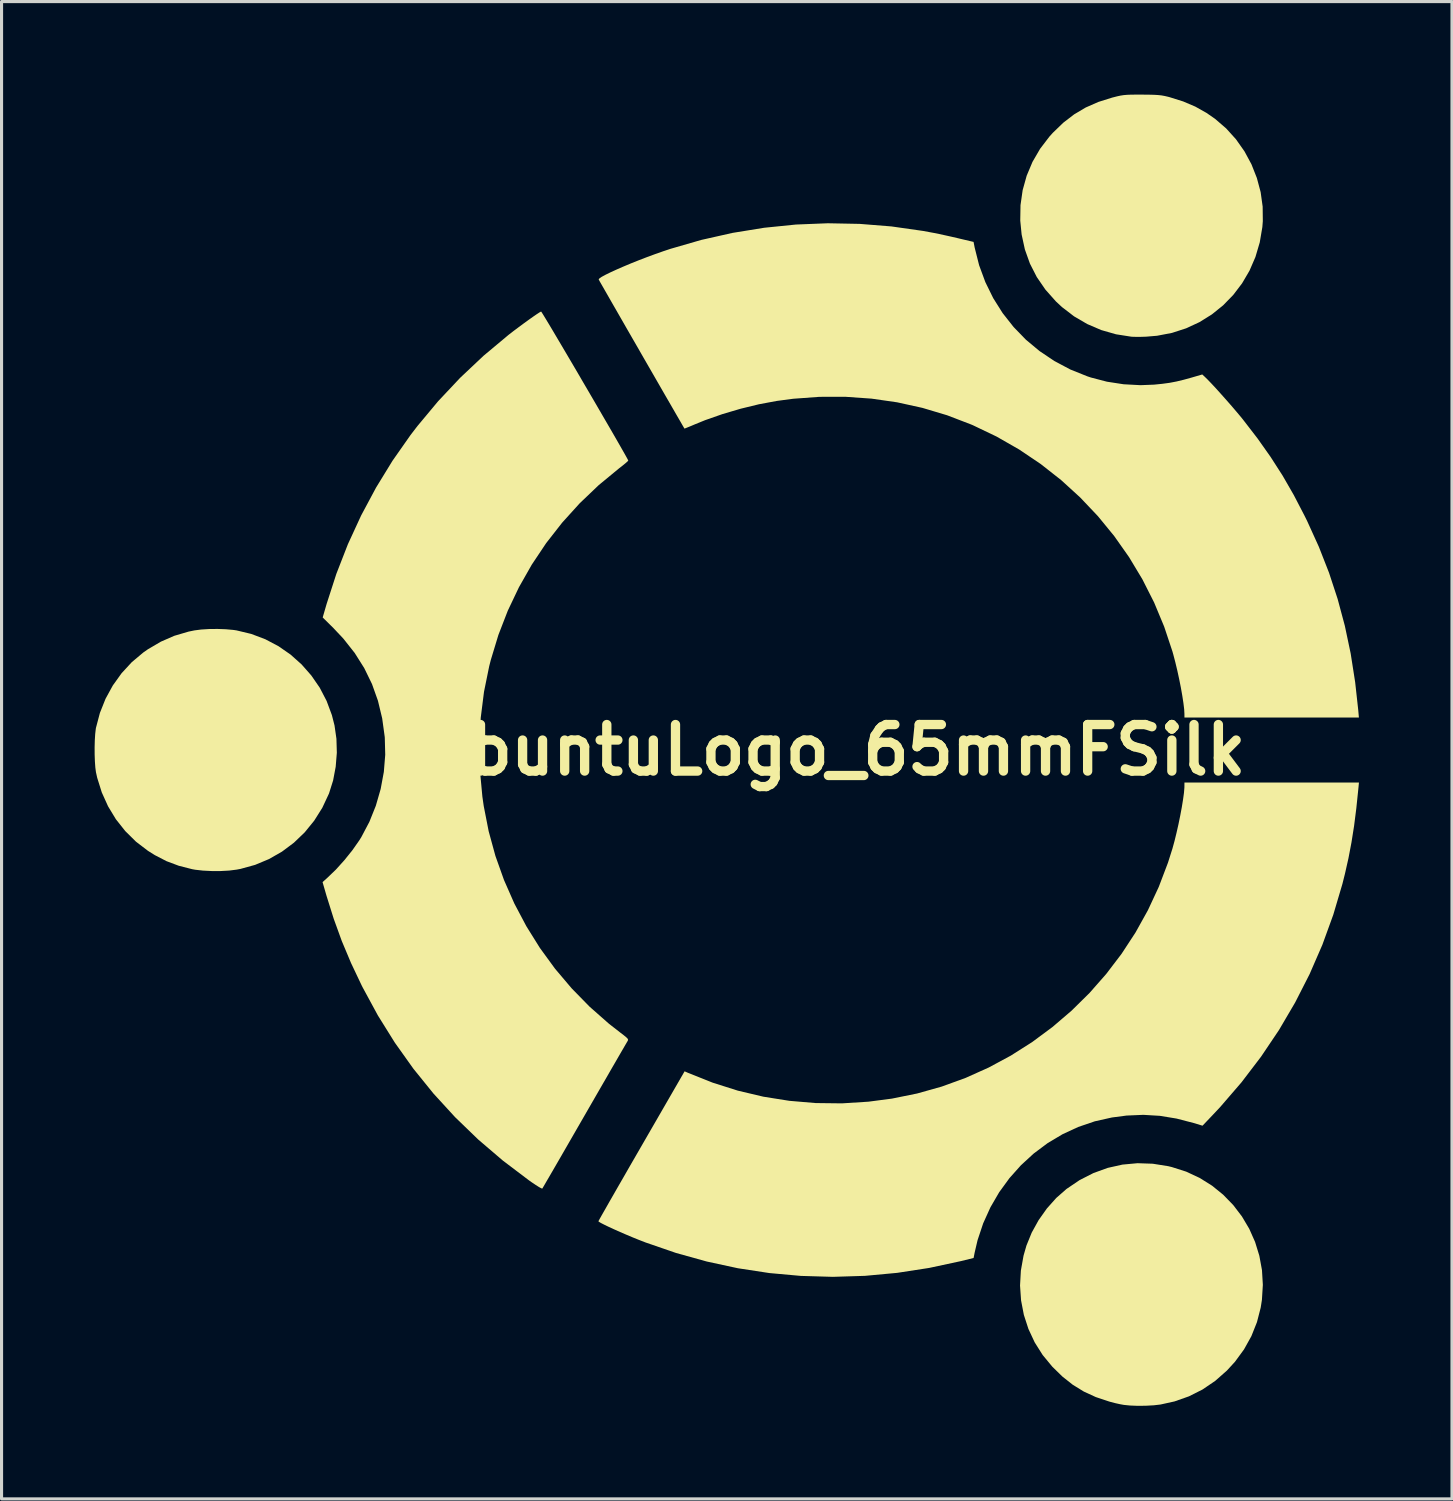
<source format=kicad_pcb>
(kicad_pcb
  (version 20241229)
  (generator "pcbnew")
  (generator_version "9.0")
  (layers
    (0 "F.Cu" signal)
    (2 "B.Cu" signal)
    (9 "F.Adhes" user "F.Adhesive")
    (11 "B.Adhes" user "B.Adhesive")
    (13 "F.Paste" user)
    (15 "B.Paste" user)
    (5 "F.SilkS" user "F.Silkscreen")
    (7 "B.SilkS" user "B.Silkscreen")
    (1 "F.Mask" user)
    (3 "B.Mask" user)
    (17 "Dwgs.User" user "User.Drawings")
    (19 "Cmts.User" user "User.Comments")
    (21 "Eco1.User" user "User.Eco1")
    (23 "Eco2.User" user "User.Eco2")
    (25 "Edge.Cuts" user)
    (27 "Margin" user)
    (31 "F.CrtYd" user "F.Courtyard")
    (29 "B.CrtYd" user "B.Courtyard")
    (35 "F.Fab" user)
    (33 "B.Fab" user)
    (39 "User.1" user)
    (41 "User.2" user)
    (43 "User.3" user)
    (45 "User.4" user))
  (footprint "UbuntuLogo_65mmFSilk"
    (layer "F.Cu")
    (at 23.796 21.127)
    (property "Reference" "UbuntuLogo_65mmFSilk" (at 0 0 0) (layer "F.SilkS") (effects (font (size 1.5 1.5) (thickness 0.3))))
    (attr board_only exclude_from_pos_files exclude_from_bom)
    (fp_poly (pts (xy 10.315 13.336) (xy 10.812 13.415) (xy 10.931 13.444) (xy 11.394 13.592) (xy 11.826 13.794) (xy 12.224 14.043) (xy 12.585 14.336) (xy 12.908 14.669) (xy 13.188 15.036) (xy 13.424 15.434) (xy 13.612 15.858) (xy 13.749 16.303) (xy 13.834 16.766) (xy 13.862 17.241) (xy 13.832 17.725) (xy 13.793 17.973) (xy 13.672 18.443) (xy 13.492 18.895) (xy 13.255 19.321) (xy 12.964 19.719) (xy 12.703 20.004) (xy 12.325 20.337) (xy 11.917 20.614) (xy 11.48 20.834) (xy 11.015 20.998) (xy 10.562 21.098) (xy 10.345 21.123) (xy 10.091 21.137) (xy 9.827 21.14) (xy 9.577 21.13) (xy 9.382 21.11) (xy 9.26 21.088) (xy 9.106 21.054) (xy 8.949 21.013) (xy 8.91 21.002) (xy 8.478 20.858) (xy 8.091 20.68) (xy 7.735 20.461) (xy 7.399 20.195) (xy 7.074 19.877) (xy 6.764 19.501) (xy 6.507 19.094) (xy 6.305 18.661) (xy 6.158 18.208) (xy 6.068 17.74) (xy 6.035 17.262) (xy 6.062 16.78) (xy 6.148 16.299) (xy 6.241 15.975) (xy 6.411 15.557) (xy 6.634 15.154) (xy 6.901 14.777) (xy 7.204 14.438) (xy 7.533 14.149) (xy 7.956 13.863) (xy 8.4 13.637) (xy 8.861 13.47) (xy 9.336 13.364) (xy 9.822 13.319)) (stroke (width 0) (type solid)) (fill yes) (layer "F.SilkS"))
    (fp_poly (pts (xy -19.566 -3.893) (xy -19.322 -3.871) (xy -19.221 -3.856) (xy -18.746 -3.742) (xy -18.294 -3.571) (xy -17.871 -3.348) (xy -17.48 -3.077) (xy -17.125 -2.76) (xy -16.811 -2.403) (xy -16.54 -2.01) (xy -16.318 -1.583) (xy -16.148 -1.127) (xy -16.063 -0.794) (xy -16.001 -0.363) (xy -15.988 0.087) (xy -16.025 0.54) (xy -16.108 0.981) (xy -16.238 1.393) (xy -16.246 1.413) (xy -16.457 1.863) (xy -16.718 2.278) (xy -17.024 2.654) (xy -17.372 2.988) (xy -17.757 3.276) (xy -18.175 3.515) (xy -18.622 3.702) (xy -19.093 3.832) (xy -19.221 3.856) (xy -19.459 3.886) (xy -19.734 3.901) (xy -20.022 3.901) (xy -20.303 3.887) (xy -20.553 3.859) (xy -20.653 3.841) (xy -21.083 3.731) (xy -21.478 3.583) (xy -21.857 3.387) (xy -22.077 3.249) (xy -22.463 2.954) (xy -22.808 2.613) (xy -23.11 2.232) (xy -23.363 1.814) (xy -23.565 1.367) (xy -23.713 0.894) (xy -23.753 0.714) (xy -23.773 0.565) (xy -23.787 0.369) (xy -23.795 0.145) (xy -23.796 -0.089) (xy -23.79 -0.317) (xy -23.777 -0.521) (xy -23.758 -0.684) (xy -23.753 -0.714) (xy -23.626 -1.195) (xy -23.444 -1.652) (xy -23.21 -2.08) (xy -22.927 -2.475) (xy -22.599 -2.831) (xy -22.228 -3.143) (xy -22.081 -3.246) (xy -21.66 -3.493) (xy -21.227 -3.682) (xy -20.768 -3.817) (xy -20.578 -3.856) (xy -20.364 -3.884) (xy -20.109 -3.9) (xy -19.835 -3.903)) (stroke (width 0) (type solid)) (fill yes) (layer "F.SilkS"))
    (fp_poly (pts (xy 9.97 -21.127) (xy 10.187 -21.125) (xy 10.355 -21.121) (xy 10.487 -21.113) (xy 10.598 -21.101) (xy 10.702 -21.082) (xy 10.813 -21.056) (xy 10.861 -21.043) (xy 11.294 -20.907) (xy 11.684 -20.741) (xy 12.045 -20.538) (xy 12.319 -20.348) (xy 12.679 -20.038) (xy 12.997 -19.686) (xy 13.27 -19.298) (xy 13.495 -18.881) (xy 13.669 -18.44) (xy 13.791 -17.984) (xy 13.856 -17.517) (xy 13.861 -17.048) (xy 13.846 -16.857) (xy 13.762 -16.363) (xy 13.623 -15.893) (xy 13.432 -15.452) (xy 13.192 -15.043) (xy 12.908 -14.67) (xy 12.581 -14.334) (xy 12.217 -14.041) (xy 11.819 -13.793) (xy 11.39 -13.594) (xy 10.933 -13.446) (xy 10.453 -13.354) (xy 10.097 -13.324) (xy 9.939 -13.319) (xy 9.79 -13.318) (xy 9.669 -13.321) (xy 9.62 -13.324) (xy 9.129 -13.401) (xy 8.654 -13.537) (xy 8.202 -13.731) (xy 7.777 -13.979) (xy 7.386 -14.279) (xy 7.191 -14.461) (xy 6.854 -14.84) (xy 6.575 -15.246) (xy 6.354 -15.679) (xy 6.191 -16.136) (xy 6.086 -16.619) (xy 6.042 -17.066) (xy 6.05 -17.563) (xy 6.119 -18.046) (xy 6.249 -18.513) (xy 6.437 -18.96) (xy 6.682 -19.381) (xy 6.983 -19.775) (xy 7.093 -19.897) (xy 7.43 -20.222) (xy 7.78 -20.491) (xy 8.153 -20.712) (xy 8.56 -20.891) (xy 9.012 -21.033) (xy 9.033 -21.038) (xy 9.162 -21.071) (xy 9.272 -21.095) (xy 9.376 -21.111) (xy 9.49 -21.121) (xy 9.626 -21.126) (xy 9.801 -21.127)) (stroke (width 0) (type solid)) (fill yes) (layer "F.SilkS"))
    (fp_poly (pts (xy 16.939 1.262) (xy 16.875 1.879) (xy 16.803 2.446) (xy 16.719 2.977) (xy 16.622 3.486) (xy 16.51 3.984) (xy 16.427 4.315) (xy 16.133 5.308) (xy 15.781 6.277) (xy 15.37 7.222) (xy 14.903 8.139) (xy 14.38 9.029) (xy 13.803 9.887) (xy 13.172 10.714) (xy 12.489 11.506) (xy 12.228 11.784) (xy 11.917 12.11) (xy 11.634 12.024) (xy 11.08 11.88) (xy 10.543 11.792) (xy 10.01 11.76) (xy 9.47 11.783) (xy 8.998 11.845) (xy 8.444 11.969) (xy 7.911 12.151) (xy 7.403 12.386) (xy 6.924 12.672) (xy 6.477 13.006) (xy 6.066 13.383) (xy 5.694 13.8) (xy 5.364 14.253) (xy 5.081 14.74) (xy 4.847 15.257) (xy 4.666 15.8) (xy 4.573 16.196) (xy 4.538 16.374) (xy 4.134 16.474) (xy 3.105 16.695) (xy 2.072 16.854) (xy 1.037 16.95) (xy 0.001 16.982) (xy -1.03 16.952) (xy -2.046 16.86) (xy -3.059 16.705) (xy -4.064 16.488) (xy -5.056 16.212) (xy -6.031 15.876) (xy -6.255 15.789) (xy -6.453 15.709) (xy -6.657 15.623) (xy -6.859 15.536) (xy -7.051 15.45) (xy -7.223 15.371) (xy -7.368 15.301) (xy -7.477 15.245) (xy -7.542 15.206) (xy -7.556 15.191) (xy -7.541 15.161) (xy -7.496 15.08) (xy -7.424 14.952) (xy -7.326 14.781) (xy -7.207 14.571) (xy -7.066 14.325) (xy -6.908 14.049) (xy -6.733 13.746) (xy -6.546 13.419) (xy -6.346 13.073) (xy -6.167 12.763) (xy -4.778 10.357) (xy -4.667 10.406) (xy -3.873 10.723) (xy -3.062 10.98) (xy -2.238 11.175) (xy -1.402 11.308) (xy -0.557 11.38) (xy 0.293 11.39) (xy 1.148 11.336) (xy 1.905 11.237) (xy 2.718 11.072) (xy 3.511 10.849) (xy 4.281 10.569) (xy 5.025 10.235) (xy 5.741 9.849) (xy 6.427 9.413) (xy 7.079 8.93) (xy 7.696 8.402) (xy 8.275 7.831) (xy 8.813 7.219) (xy 9.308 6.569) (xy 9.757 5.883) (xy 10.157 5.164) (xy 10.507 4.412) (xy 10.804 3.631) (xy 10.949 3.173) (xy 11.015 2.932) (xy 11.08 2.666) (xy 11.143 2.388) (xy 11.2 2.109) (xy 11.25 1.841) (xy 11.29 1.594) (xy 11.319 1.382) (xy 11.333 1.215) (xy 11.334 1.167) (xy 11.335 1.048) (xy 14.147 1.048) (xy 16.96 1.048)) (stroke (width 0) (type solid)) (fill yes) (layer "F.SilkS"))
    (fp_poly (pts (xy 0.866 -16.96) (xy 1.89 -16.878) (xy 2.908 -16.733) (xy 3.27 -16.666) (xy 3.43 -16.633) (xy 3.628 -16.59) (xy 3.84 -16.543) (xy 4.043 -16.496) (xy 4.07 -16.489) (xy 4.537 -16.379) (xy 4.572 -16.198) (xy 4.716 -15.627) (xy 4.917 -15.082) (xy 5.17 -14.567) (xy 5.475 -14.083) (xy 5.827 -13.636) (xy 6.224 -13.227) (xy 6.663 -12.861) (xy 7.141 -12.54) (xy 7.655 -12.267) (xy 8.202 -12.047) (xy 8.319 -12.008) (xy 8.836 -11.873) (xy 9.375 -11.79) (xy 9.918 -11.761) (xy 10.355 -11.778) (xy 10.622 -11.805) (xy 10.857 -11.837) (xy 11.081 -11.88) (xy 11.32 -11.938) (xy 11.566 -12.006) (xy 11.909 -12.106) (xy 11.991 -12.03) (xy 12.083 -11.94) (xy 12.206 -11.812) (xy 12.354 -11.653) (xy 12.516 -11.473) (xy 12.686 -11.282) (xy 12.855 -11.089) (xy 13.014 -10.903) (xy 13.155 -10.735) (xy 13.222 -10.652) (xy 13.69 -10.045) (xy 14.112 -9.448) (xy 14.499 -8.845) (xy 14.86 -8.218) (xy 15.207 -7.55) (xy 15.29 -7.382) (xy 15.668 -6.55) (xy 15.995 -5.715) (xy 16.273 -4.869) (xy 16.505 -4.004) (xy 16.693 -3.112) (xy 16.838 -2.185) (xy 16.938 -1.278) (xy 16.958 -1.048) (xy 14.147 -1.048) (xy 11.335 -1.048) (xy 11.334 -1.167) (xy 11.326 -1.314) (xy 11.302 -1.512) (xy 11.266 -1.747) (xy 11.22 -2.009) (xy 11.165 -2.285) (xy 11.104 -2.565) (xy 11.039 -2.836) (xy 10.973 -3.088) (xy 10.949 -3.173) (xy 10.681 -3.978) (xy 10.357 -4.756) (xy 9.979 -5.503) (xy 9.549 -6.218) (xy 9.07 -6.898) (xy 8.544 -7.54) (xy 7.972 -8.143) (xy 7.358 -8.703) (xy 6.703 -9.218) (xy 6.009 -9.686) (xy 5.279 -10.104) (xy 4.515 -10.47) (xy 4.458 -10.494) (xy 3.684 -10.791) (xy 2.888 -11.029) (xy 2.075 -11.208) (xy 1.248 -11.327) (xy 0.411 -11.386) (xy -0.432 -11.385) (xy -1.277 -11.323) (xy -1.805 -11.253) (xy -2.379 -11.146) (xy -2.97 -11.002) (xy -3.556 -10.829) (xy -4.116 -10.633) (xy -4.445 -10.499) (xy -4.577 -10.443) (xy -4.685 -10.399) (xy -4.757 -10.37) (xy -4.782 -10.361) (xy -4.801 -10.393) (xy -4.849 -10.475) (xy -4.922 -10.602) (xy -5.019 -10.769) (xy -5.136 -10.972) (xy -5.271 -11.206) (xy -5.421 -11.465) (xy -5.582 -11.745) (xy -5.753 -12.042) (xy -5.93 -12.349) (xy -6.111 -12.663) (xy -6.292 -12.979) (xy -6.472 -13.291) (xy -6.647 -13.595) (xy -6.814 -13.886) (xy -6.971 -14.16) (xy -7.115 -14.41) (xy -7.243 -14.634) (xy -7.352 -14.824) (xy -7.44 -14.978) (xy -7.504 -15.089) (xy -7.54 -15.154) (xy -7.548 -15.168) (xy -7.527 -15.2) (xy -7.454 -15.251) (xy -7.333 -15.317) (xy -7.172 -15.396) (xy -6.978 -15.485) (xy -6.756 -15.582) (xy -6.513 -15.684) (xy -6.256 -15.787) (xy -5.991 -15.889) (xy -5.725 -15.987) (xy -5.464 -16.079) (xy -5.236 -16.155) (xy -4.24 -16.443) (xy -3.231 -16.67) (xy -2.213 -16.835) (xy -1.189 -16.939) (xy -0.162 -16.98)) (stroke (width 0) (type solid)) (fill yes) (layer "F.SilkS"))
    (fp_poly (pts (xy -9.385 -14.11) (xy -9.337 -14.034) (xy -9.263 -13.912) (xy -9.165 -13.75) (xy -9.047 -13.553) (xy -8.912 -13.324) (xy -8.761 -13.069) (xy -8.598 -12.793) (xy -8.425 -12.499) (xy -8.246 -12.195) (xy -8.064 -11.882) (xy -7.88 -11.568) (xy -7.698 -11.256) (xy -7.521 -10.952) (xy -7.351 -10.659) (xy -7.191 -10.384) (xy -7.044 -10.13) (xy -6.913 -9.902) (xy -6.801 -9.706) (xy -6.71 -9.546) (xy -6.643 -9.426) (xy -6.604 -9.353) (xy -6.594 -9.331) (xy -6.615 -9.305) (xy -6.678 -9.249) (xy -6.772 -9.172) (xy -6.889 -9.081) (xy -6.89 -9.08) (xy -7.546 -8.539) (xy -8.158 -7.955) (xy -8.723 -7.331) (xy -9.24 -6.67) (xy -9.705 -5.974) (xy -10.118 -5.247) (xy -10.477 -4.492) (xy -10.78 -3.71) (xy -11.024 -2.906) (xy -11.077 -2.699) (xy -11.244 -1.878) (xy -11.349 -1.044) (xy -11.393 -0.201) (xy -11.376 0.648) (xy -11.297 1.499) (xy -11.253 1.805) (xy -11.094 2.617) (xy -10.876 3.414) (xy -10.599 4.192) (xy -10.266 4.949) (xy -9.879 5.68) (xy -9.441 6.382) (xy -8.954 7.05) (xy -8.419 7.682) (xy -7.84 8.274) (xy -7.218 8.822) (xy -6.858 9.103) (xy -6.735 9.197) (xy -6.656 9.262) (xy -6.613 9.306) (xy -6.6 9.339) (xy -6.608 9.369) (xy -6.615 9.381) (xy -6.637 9.418) (xy -6.688 9.505) (xy -6.766 9.64) (xy -6.869 9.817) (xy -6.993 10.032) (xy -7.138 10.282) (xy -7.299 10.562) (xy -7.476 10.868) (xy -7.665 11.196) (xy -7.864 11.541) (xy -8.001 11.779) (xy -8.205 12.133) (xy -8.4 12.471) (xy -8.583 12.789) (xy -8.753 13.084) (xy -8.907 13.35) (xy -9.043 13.585) (xy -9.158 13.783) (xy -9.251 13.942) (xy -9.317 14.056) (xy -9.356 14.122) (xy -9.366 14.137) (xy -9.397 14.128) (xy -9.471 14.088) (xy -9.578 14.02) (xy -9.708 13.933) (xy -9.797 13.87) (xy -10.637 13.234) (xy -11.43 12.556) (xy -12.175 11.836) (xy -12.872 11.075) (xy -13.519 10.275) (xy -14.117 9.435) (xy -14.665 8.556) (xy -15.162 7.64) (xy -15.188 7.588) (xy -15.53 6.867) (xy -15.828 6.158) (xy -16.089 5.438) (xy -16.322 4.695) (xy -16.448 4.258) (xy -16.297 4.122) (xy -16.018 3.854) (xy -15.743 3.549) (xy -15.486 3.229) (xy -15.264 2.912) (xy -15.197 2.804) (xy -14.939 2.315) (xy -14.731 1.796) (xy -14.575 1.256) (xy -14.473 0.706) (xy -14.428 0.154) (xy -14.442 -0.391) (xy -14.444 -0.421) (xy -14.526 -1.02) (xy -14.663 -1.589) (xy -14.855 -2.128) (xy -15.105 -2.641) (xy -15.412 -3.128) (xy -15.778 -3.591) (xy -16.101 -3.934) (xy -16.444 -4.273) (xy -16.319 -4.704) (xy -16.004 -5.678) (xy -15.632 -6.633) (xy -15.204 -7.562) (xy -14.723 -8.461) (xy -14.192 -9.327) (xy -13.612 -10.154) (xy -13.388 -10.446) (xy -12.725 -11.241) (xy -12.014 -11.997) (xy -11.26 -12.708) (xy -10.469 -13.369) (xy -10.446 -13.388) (xy -10.293 -13.506) (xy -10.129 -13.629) (xy -9.963 -13.752) (xy -9.803 -13.868) (xy -9.659 -13.97) (xy -9.538 -14.053) (xy -9.45 -14.11) (xy -9.404 -14.135) (xy -9.404 -14.135)) (stroke (width 0) (type solid)) (fill yes) (layer "F.SilkS")))
  (gr_rect
    (start -3 -3)
    (end 43.755 45.267)
    (stroke (width 0.1) (type default))
    (fill no)
    (layer "Edge.Cuts")))
</source>
